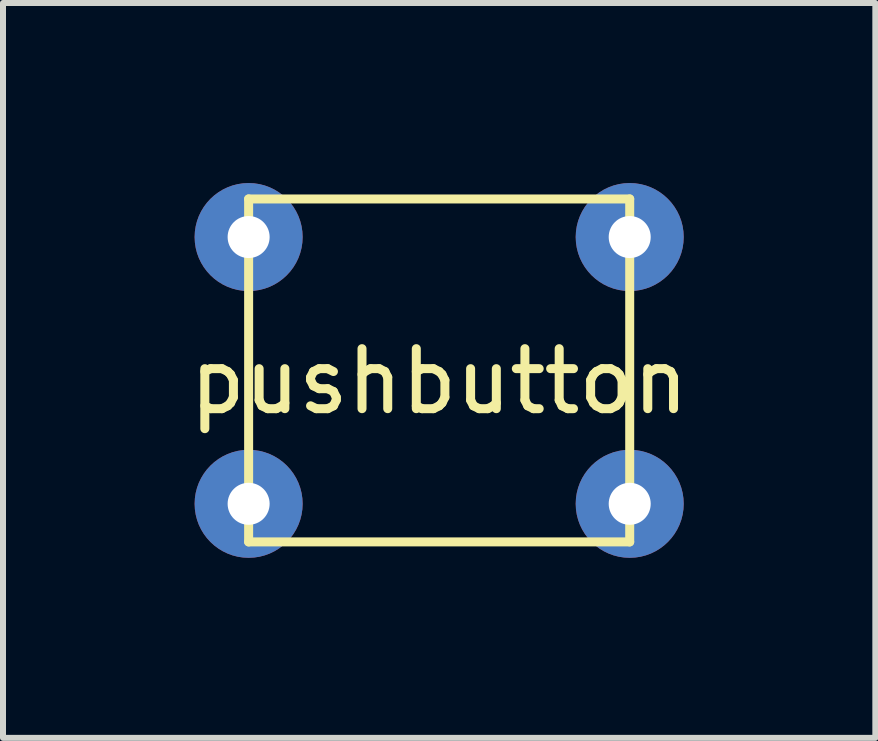
<source format=kicad_pcb>
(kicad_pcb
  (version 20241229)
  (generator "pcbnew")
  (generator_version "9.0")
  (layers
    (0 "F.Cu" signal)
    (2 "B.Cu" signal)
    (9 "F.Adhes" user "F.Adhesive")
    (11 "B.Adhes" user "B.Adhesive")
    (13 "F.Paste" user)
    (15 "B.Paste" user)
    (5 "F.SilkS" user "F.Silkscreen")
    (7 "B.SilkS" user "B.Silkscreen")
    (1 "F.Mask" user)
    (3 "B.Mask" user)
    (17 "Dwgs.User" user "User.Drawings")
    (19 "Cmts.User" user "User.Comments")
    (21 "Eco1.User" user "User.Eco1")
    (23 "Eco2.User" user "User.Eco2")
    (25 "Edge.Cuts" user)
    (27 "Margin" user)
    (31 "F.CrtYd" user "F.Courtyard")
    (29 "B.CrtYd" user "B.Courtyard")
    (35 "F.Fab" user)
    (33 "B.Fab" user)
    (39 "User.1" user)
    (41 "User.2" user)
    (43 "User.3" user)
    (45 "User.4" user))
  (footprint "pushbutton"
    (layer "F.Cu")
    (at 4.268 2.805)
    (property "Reference" "pushbutton" (at 0 0.5 0) (layer "F.SilkS") (effects (font (size 1 1) (thickness 0.15))))
    (attr through_hole)
    (fp_line (start -3.175 -2.54) (end -3.175 3.175) (stroke (width 0.15) (type solid)) (layer "F.SilkS"))
    (fp_line (start -3.175 3.175) (end 3.175 3.175) (stroke (width 0.15) (type solid)) (layer "F.SilkS"))
    (fp_line (start 3.175 -2.54) (end -3.175 -2.54) (stroke (width 0.15) (type solid)) (layer "F.SilkS"))
    (fp_line (start 3.175 3.175) (end 3.175 -2.54) (stroke (width 0.15) (type solid)) (layer "F.SilkS"))
    (pad "1" thru_hole circle (at -3.175 2.54) (size 1.8 1.8) (drill 0.7) (layers "*.Cu" "*.Mask"))
    (pad "1" thru_hole circle (at 3.175 2.54) (size 1.8 1.8) (drill 0.7) (layers "*.Cu" "*.Mask"))
    (pad "2" thru_hole circle (at -3.175 -1.905) (size 1.8 1.8) (drill 0.7) (layers "*.Cu" "*.Mask"))
    (pad "2" thru_hole circle (at 3.175 -1.905) (size 1.8 1.8) (drill 0.7) (layers "*.Cu" "*.Mask")))
  (gr_rect
    (start -3 -3)
    (end 11.536 9.245)
    (stroke (width 0.1) (type default))
    (fill no)
    (layer "Edge.Cuts")))
</source>
